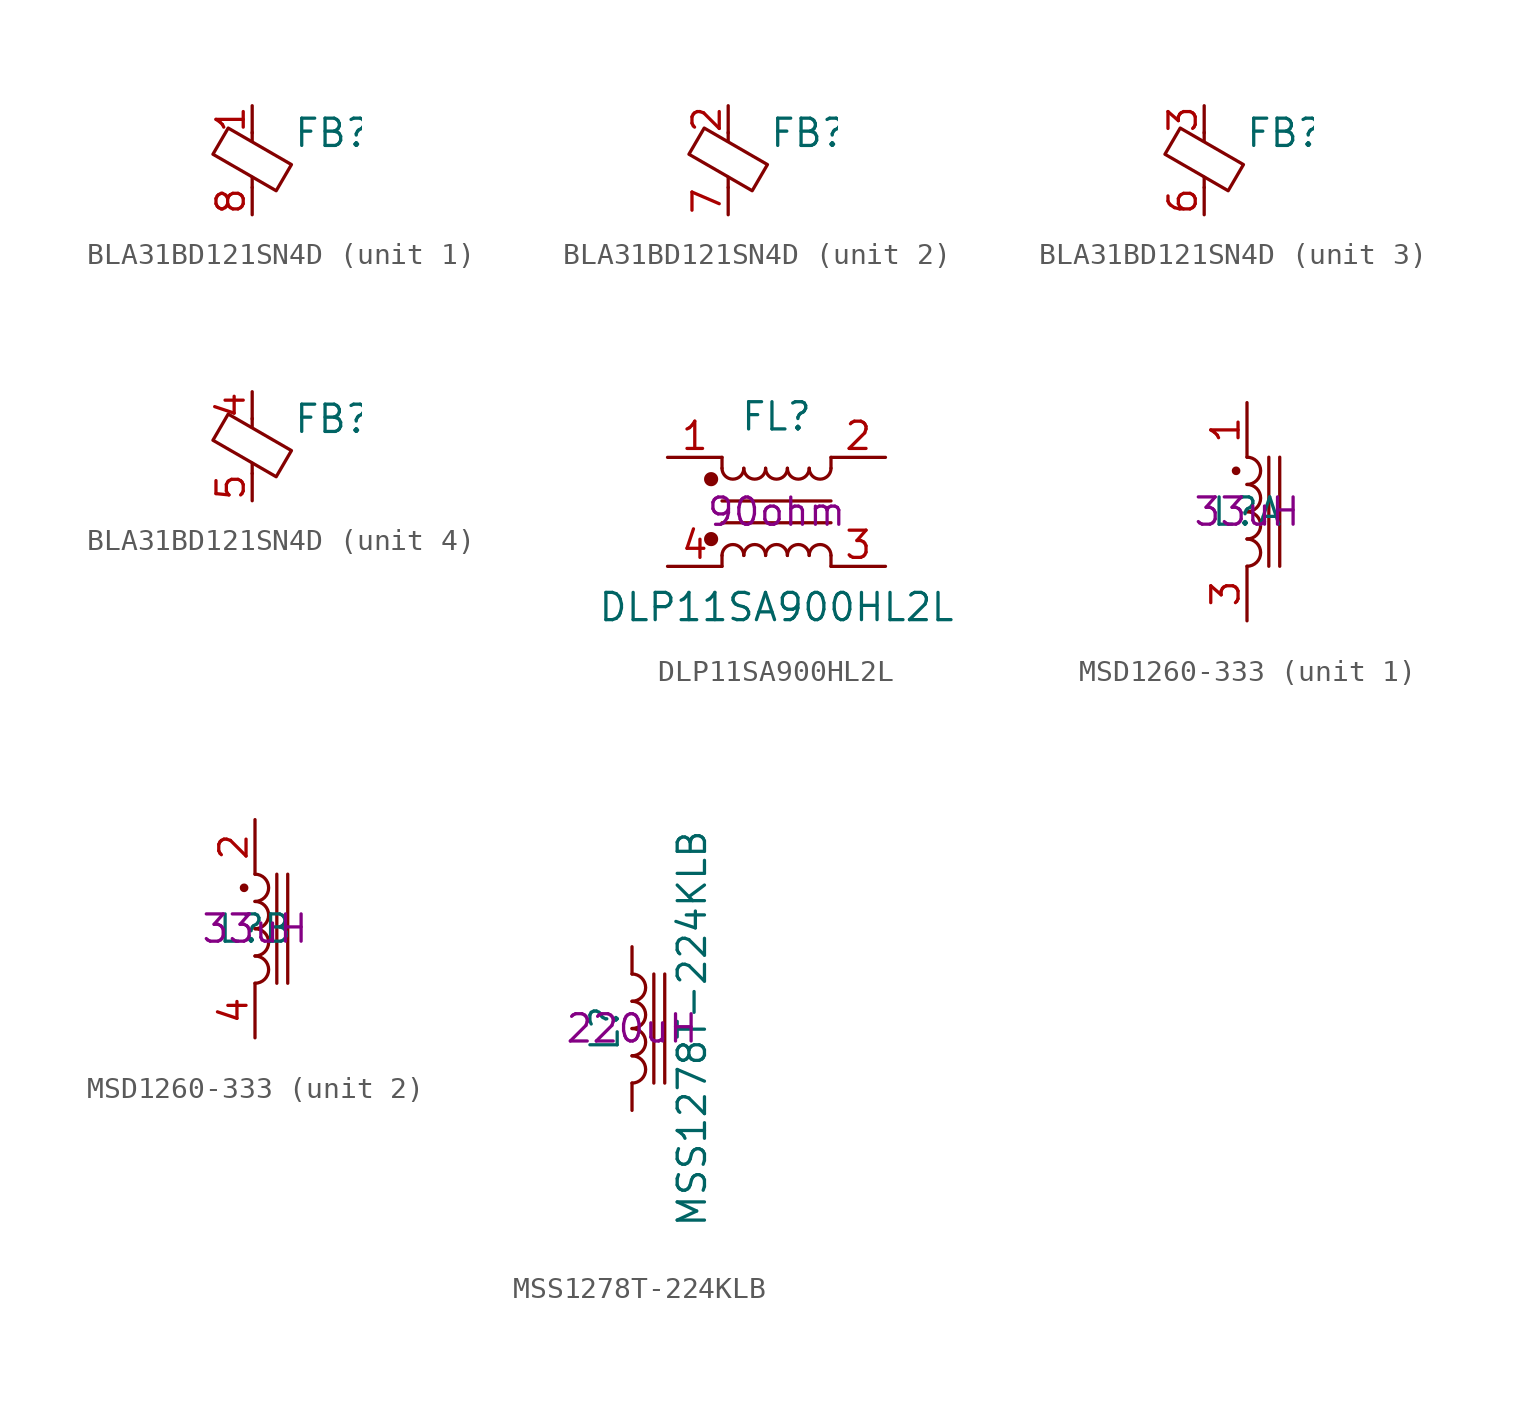
<source format=kicad_sym>
(kicad_symbol_lib
  (version 20211014)
  (generator kicad_symbol_editor)
  (symbol "BLA31BD121SN4D"
    (pin_names
      (offset 0) hide)
    (property "Reference" "FB"
      (at 1.905 1.27 0)
      (effects (font (size 1.27 1.27)) (justify left)))
    (symbol "BLA31BD121SN4D_0_1"
      (polyline (pts (xy 0 -1.27) (xy 0 -0.787)) (stroke (width 0) (type default) (color 0 0 0 0)) (fill (type none)))
      (polyline (pts (xy 0 0.889) (xy 0 1.295)) (stroke (width 0) (type default) (color 0 0 0 0)) (fill (type none)))
      (polyline (pts (xy -1.829 0.279) (xy -1.118 1.499) (xy 1.829 -0.203) (xy 1.118 -1.422) (xy -1.829 0.279)) (stroke (width 0) (type default) (color 0 0 0 0)) (fill (type none))))
    (symbol "BLA31BD121SN4D_1_1"
      (pin passive line (at 0 2.54 270) (length 1.27) (name "~" (effects (font (size 1.27 1.27)))) (number "1" (effects (font (size 1.27 1.27)))))
      (pin passive line (at 0 -2.54 90) (length 1.27) (name "~" (effects (font (size 1.27 1.27)))) (number "8" (effects (font (size 1.27 1.27))))))
    (symbol "BLA31BD121SN4D_2_1"
      (pin passive line (at 0 2.54 270) (length 1.27) (name "~" (effects (font (size 1.27 1.27)))) (number "2" (effects (font (size 1.27 1.27)))))
      (pin passive line (at 0 -2.54 90) (length 1.27) (name "~" (effects (font (size 1.27 1.27)))) (number "7" (effects (font (size 1.27 1.27))))))
    (symbol "BLA31BD121SN4D_3_1"
      (pin passive line (at 0 2.54 270) (length 1.27) (name "~" (effects (font (size 1.27 1.27)))) (number "3" (effects (font (size 1.27 1.27)))))
      (pin passive line (at 0 -2.54 90) (length 1.27) (name "~" (effects (font (size 1.27 1.27)))) (number "6" (effects (font (size 1.27 1.27))))))
    (symbol "BLA31BD121SN4D_4_1"
      (pin passive line (at 0 2.54 270) (length 1.27) (name "~" (effects (font (size 1.27 1.27)))) (number "4" (effects (font (size 1.27 1.27)))))
      (pin passive line (at 0 -2.54 90) (length 1.27) (name "~" (effects (font (size 1.27 1.27)))) (number "5" (effects (font (size 1.27 1.27)))))))
  (symbol "DLP11SA900HL2L"
    (pin_names
      (offset 0.254) hide)
    (property "Reference" "FL"
      (at 0 4.445 0)
      (effects (font (size 1.27 1.27))))
    (property "Value" "DLP11SA900HL2L"
      (at 0 -4.445 0)
      (effects (font (size 1.27 1.27))))
    (property "Val" "90ohm"
      (at 0 0 0)
      (effects (font (size 1.27 1.27))))
    (symbol "DLP11SA900HL2L_0_1"
      (circle (center -3.048 -1.27) (radius 0.254) (stroke (width 0) (type default) (color 0 0 0 0)) (fill (type outline)))
      (circle (center -3.048 1.524) (radius 0.254) (stroke (width 0) (type default) (color 0 0 0 0)) (fill (type outline)))
      (arc (start -2.54 2.032) (mid -2.032 1.524) (end -1.524 2.032) (stroke (width 0) (type default) (color 0 0 0 0)) (fill (type none)))
      (arc (start -1.524 -2.032) (mid -2.032 -1.524) (end -2.54 -2.032) (stroke (width 0) (type default) (color 0 0 0 0)) (fill (type none)))
      (arc (start -1.524 2.032) (mid -1.016 1.524) (end -0.508 2.032) (stroke (width 0) (type default) (color 0 0 0 0)) (fill (type none)))
      (arc (start -0.508 -2.032) (mid -1.016 -1.524) (end -1.524 -2.032) (stroke (width 0) (type default) (color 0 0 0 0)) (fill (type none)))
      (arc (start -0.508 2.032) (mid 0 1.524) (end 0.508 2.032) (stroke (width 0) (type default) (color 0 0 0 0)) (fill (type none)))
      (polyline (pts (xy -2.54 -2.032) (xy -2.54 -2.54)) (stroke (width 0) (type default) (color 0 0 0 0)) (fill (type none)))
      (polyline (pts (xy -2.54 0.508) (xy 2.54 0.508)) (stroke (width 0) (type default) (color 0 0 0 0)) (fill (type none)))
      (polyline (pts (xy -2.54 2.032) (xy -2.54 2.54)) (stroke (width 0) (type default) (color 0 0 0 0)) (fill (type none)))
      (polyline (pts (xy 2.54 -2.032) (xy 2.54 -2.54)) (stroke (width 0) (type default) (color 0 0 0 0)) (fill (type none)))
      (polyline (pts (xy 2.54 -0.508) (xy -2.54 -0.508)) (stroke (width 0) (type default) (color 0 0 0 0)) (fill (type none)))
      (polyline (pts (xy 2.54 2.54) (xy 2.54 2.032)) (stroke (width 0) (type default) (color 0 0 0 0)) (fill (type none)))
      (arc (start 0.508 -2.032) (mid 0 -1.524) (end -0.508 -2.032) (stroke (width 0) (type default) (color 0 0 0 0)) (fill (type none)))
      (arc (start 0.508 2.032) (mid 1.016 1.524) (end 1.524 2.032) (stroke (width 0) (type default) (color 0 0 0 0)) (fill (type none)))
      (arc (start 1.524 -2.032) (mid 1.016 -1.524) (end 0.508 -2.032) (stroke (width 0) (type default) (color 0 0 0 0)) (fill (type none)))
      (arc (start 1.524 2.032) (mid 2.032 1.524) (end 2.54 2.032) (stroke (width 0) (type default) (color 0 0 0 0)) (fill (type none)))
      (arc (start 2.54 -2.032) (mid 2.032 -1.524) (end 1.524 -2.032) (stroke (width 0) (type default) (color 0 0 0 0)) (fill (type none))))
    (symbol "DLP11SA900HL2L_1_1"
      (pin passive line (at -5.08 2.54 0) (length 2.54) (name "1" (effects (font (size 1.27 1.27)))) (number "1" (effects (font (size 1.27 1.27)))))
      (pin passive line (at 5.08 2.54 180) (length 2.54) (name "2" (effects (font (size 1.27 1.27)))) (number "2" (effects (font (size 1.27 1.27)))))
      (pin passive line (at 5.08 -2.54 180) (length 2.54) (name "3" (effects (font (size 1.27 1.27)))) (number "3" (effects (font (size 1.27 1.27)))))
      (pin passive line (at -5.08 -2.54 0) (length 2.54) (name "4" (effects (font (size 1.27 1.27)))) (number "4" (effects (font (size 1.27 1.27)))))))
  (symbol "MSD1260-333"
    (pin_names hide)
    (property "Reference" "L"
      (at 0 0 0)
      (effects (font (size 1.27 1.27))))
    (property "Val" "33uH"
      (at 0 0 0)
      (effects (font (size 1.27 1.27))))
    (symbol "MSD1260-333_0_1"
      (circle (center -0.508 1.905) (radius 0.127) (stroke (width 0) (type default) (color 0 0 0 0)) (fill (type outline))))
    (symbol "MSD1260-333_1_1"
      (arc (start 0 -2.54) (mid 0.635 -1.905) (end 0 -1.27) (stroke (width 0) (type default) (color 0 0 0 0)) (fill (type none)))
      (arc (start 0 -1.27) (mid 0.635 -0.635) (end 0 0) (stroke (width 0) (type default) (color 0 0 0 0)) (fill (type none)))
      (polyline (pts (xy 1.016 2.54) (xy 1.016 -2.54)) (stroke (width 0) (type default) (color 0 0 0 0)) (fill (type none)))
      (polyline (pts (xy 1.524 -2.54) (xy 1.524 2.54)) (stroke (width 0) (type default) (color 0 0 0 0)) (fill (type none)))
      (arc (start 0 0) (mid 0.635 0.635) (end 0 1.27) (stroke (width 0) (type default) (color 0 0 0 0)) (fill (type none)))
      (arc (start 0 1.27) (mid 0.635 1.905) (end 0 2.54) (stroke (width 0) (type default) (color 0 0 0 0)) (fill (type none)))
      (pin passive line (at 0 5.08 270) (length 2.54) (name "2" (effects (font (size 1.27 1.27)))) (number "1" (effects (font (size 1.27 1.27)))))
      (pin passive line (at 0 -5.08 90) (length 2.54) (name "4" (effects (font (size 1.27 1.27)))) (number "3" (effects (font (size 1.27 1.27))))))
    (symbol "MSD1260-333_2_1"
      (arc (start 0 -2.54) (mid 0.635 -1.905) (end 0 -1.27) (stroke (width 0) (type default) (color 0 0 0 0)) (fill (type none)))
      (arc (start 0 -1.27) (mid 0.635 -0.635) (end 0 0) (stroke (width 0) (type default) (color 0 0 0 0)) (fill (type none)))
      (polyline (pts (xy 1.016 2.54) (xy 1.016 -2.54)) (stroke (width 0) (type default) (color 0 0 0 0)) (fill (type none)))
      (polyline (pts (xy 1.524 -2.54) (xy 1.524 2.54)) (stroke (width 0) (type default) (color 0 0 0 0)) (fill (type none)))
      (arc (start 0 0) (mid 0.635 0.635) (end 0 1.27) (stroke (width 0) (type default) (color 0 0 0 0)) (fill (type none)))
      (arc (start 0 1.27) (mid 0.635 1.905) (end 0 2.54) (stroke (width 0) (type default) (color 0 0 0 0)) (fill (type none)))
      (pin passive line (at 0 5.08 270) (length 2.54) (name "2" (effects (font (size 1.27 1.27)))) (number "2" (effects (font (size 1.27 1.27)))))
      (pin passive line (at 0 -5.08 90) (length 2.54) (name "4" (effects (font (size 1.27 1.27)))) (number "4" (effects (font (size 1.27 1.27)))))))
  (symbol "MSS1278T-224KLB"
    (pin_numbers hide)
    (pin_names
      (offset 1.016) hide)
    (property "Reference" "L"
      (at -1.27 0 90)
      (effects (font (size 1.27 1.27))))
    (property "Value" "MSS1278T-224KLB"
      (at 2.794 0 90)
      (effects (font (size 1.27 1.27))))
    (property "Val" "220uH"
      (at 0 0 0)
      (effects (font (size 1.27 1.27))))
    (symbol "MSS1278T-224KLB_0_1"
      (arc (start 0 -2.54) (mid 0.635 -1.905) (end 0 -1.27) (stroke (width 0) (type default) (color 0 0 0 0)) (fill (type none)))
      (arc (start 0 -1.27) (mid 0.635 -0.635) (end 0 0) (stroke (width 0) (type default) (color 0 0 0 0)) (fill (type none)))
      (polyline (pts (xy 1.016 2.54) (xy 1.016 -2.54)) (stroke (width 0) (type default) (color 0 0 0 0)) (fill (type none)))
      (polyline (pts (xy 1.524 -2.54) (xy 1.524 2.54)) (stroke (width 0) (type default) (color 0 0 0 0)) (fill (type none)))
      (arc (start 0 0) (mid 0.635 0.635) (end 0 1.27) (stroke (width 0) (type default) (color 0 0 0 0)) (fill (type none)))
      (arc (start 0 1.27) (mid 0.635 1.905) (end 0 2.54) (stroke (width 0) (type default) (color 0 0 0 0)) (fill (type none))))
    (symbol "MSS1278T-224KLB_1_1"
      (pin passive line (at 0 3.81 270) (length 1.27) (name "1" (effects (font (size 1.27 1.27)))) (number "1" (effects (font (size 1.27 1.27)))))
      (pin passive line (at 0 -3.81 90) (length 1.27) (name "2" (effects (font (size 1.27 1.27)))) (number "2" (effects (font (size 1.27 1.27))))))))
</source>
